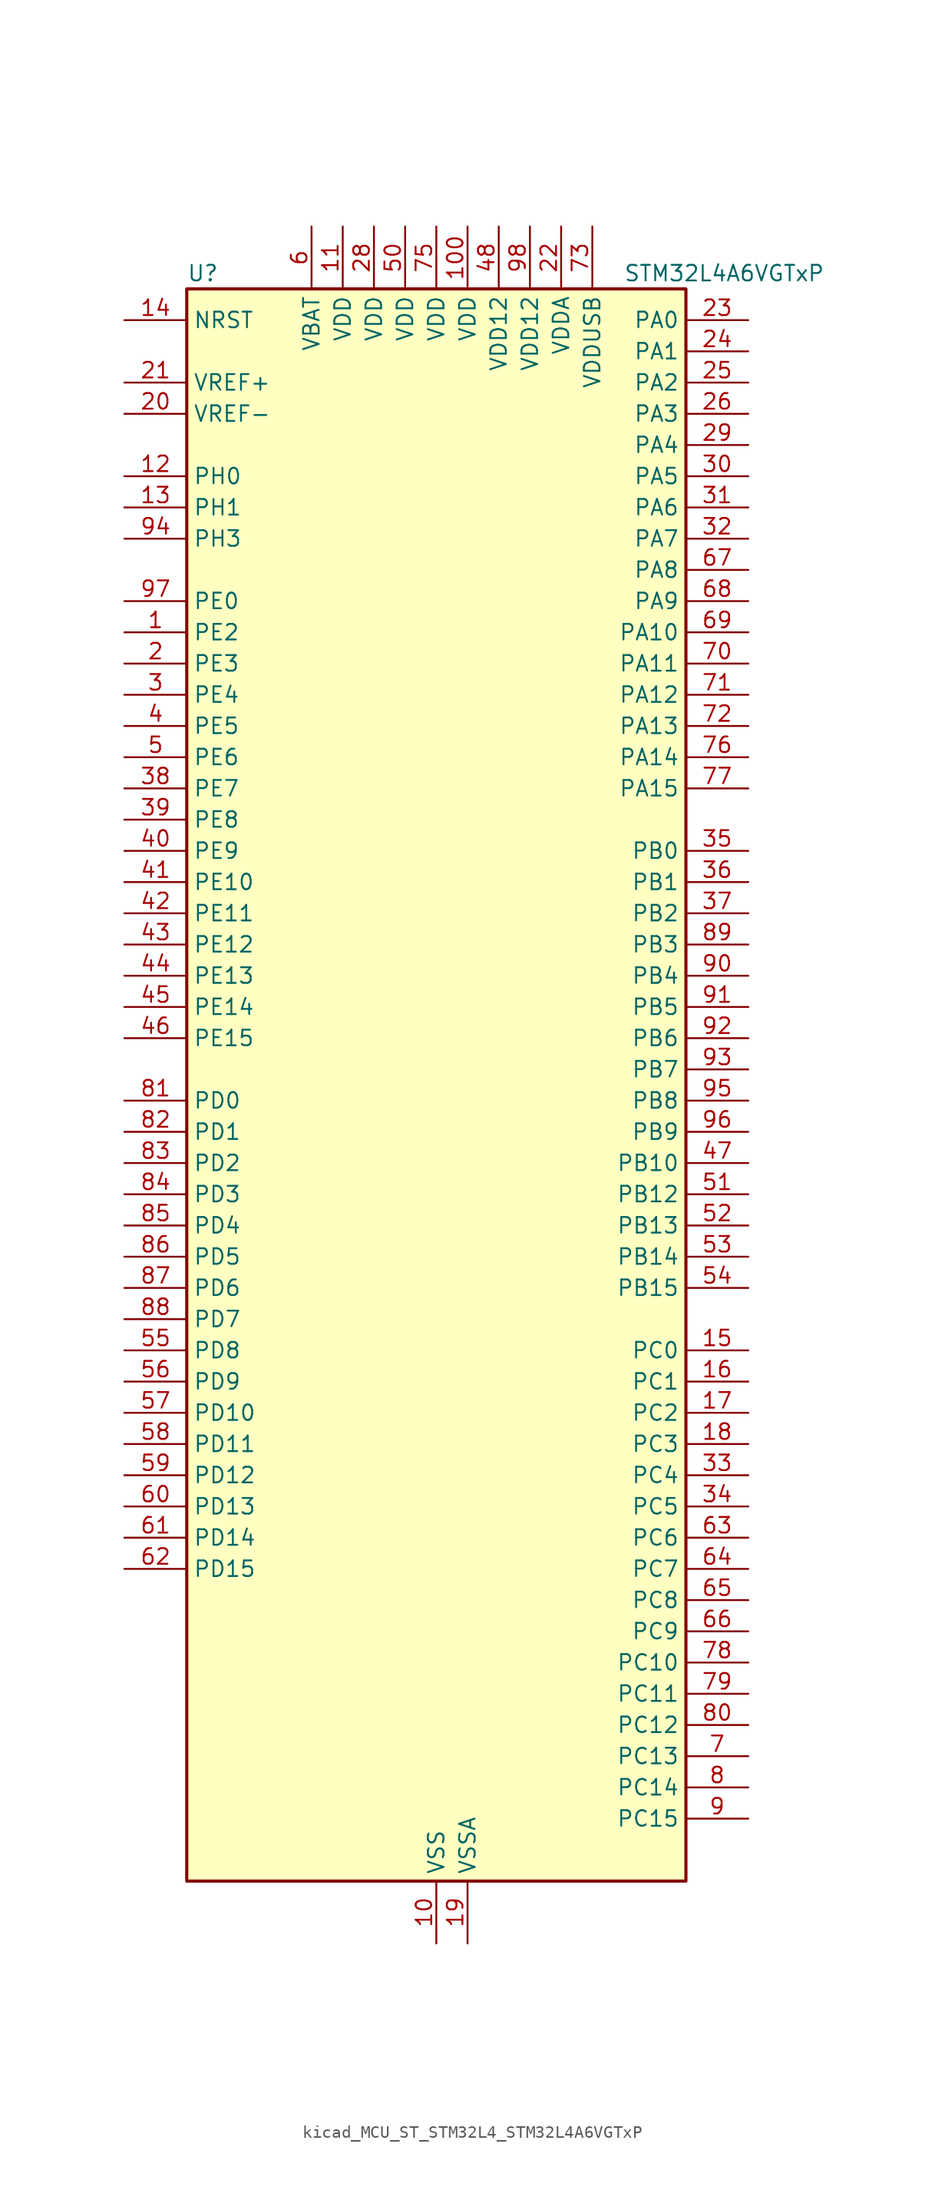
<source format=kicad_sym>
(kicad_symbol_lib
  (version 20220914)
  (generator kicad_symbol_editor)
  (symbol "kicad_MCU_ST_STM32L4_STM32L4A6VGTxP"
    (property "Reference" "U"
      (at -20.32 67.31 0)
      (effects (font (size 1.27 1.27)) (justify left)))
    (property "Value" "STM32L4A6VGTxP"
      (at 15.24 67.31 0)
      (effects (font (size 1.27 1.27)) (justify left)))
    (property "ki_locked" ""
      (at 0 0 0)
      (effects (font (size 1.27 1.27))))
    (symbol "kicad_MCU_ST_STM32L4_STM32L4A6VGTxP_0_1"
      (rectangle (start -20.32 -63.5) (end 20.32 66.04) (stroke (width 0.254) (type default)) (fill (type background))))
    (symbol "kicad_MCU_ST_STM32L4_STM32L4A6VGTxP_1_1"
      (pin bidirectional line (at -25.4 38.1 0) (length 5.08) (name "PE2" (effects (font (size 1.27 1.27)))) (number "1" (effects (font (size 1.27 1.27)))) (alternate "FMC_A23" bidirectional line) (alternate "LCD_SEG38" bidirectional line) (alternate "SAI1_MCLK_A" bidirectional line) (alternate "SYS_TRACECLK" bidirectional line) (alternate "TIM3_ETR" bidirectional line) (alternate "TSC_G7_IO1" bidirectional line))
      (pin power_in line (at 0 -68.58 90) (length 5.08) (name "VSS" (effects (font (size 1.27 1.27)))) (number "10" (effects (font (size 1.27 1.27)))))
      (pin power_in line (at 2.54 71.12 270) (length 5.08) (name "VDD" (effects (font (size 1.27 1.27)))) (number "100" (effects (font (size 1.27 1.27)))))
      (pin power_in line (at -7.62 71.12 270) (length 5.08) (name "VDD" (effects (font (size 1.27 1.27)))) (number "11" (effects (font (size 1.27 1.27)))))
      (pin bidirectional line (at -25.4 50.8 0) (length 5.08) (name "PH0" (effects (font (size 1.27 1.27)))) (number "12" (effects (font (size 1.27 1.27)))) (alternate "RCC_OSC_IN" bidirectional line))
      (pin bidirectional line (at -25.4 48.26 0) (length 5.08) (name "PH1" (effects (font (size 1.27 1.27)))) (number "13" (effects (font (size 1.27 1.27)))) (alternate "RCC_OSC_OUT" bidirectional line))
      (pin input line (at -25.4 63.5 0) (length 5.08) (name "NRST" (effects (font (size 1.27 1.27)))) (number "14" (effects (font (size 1.27 1.27)))))
      (pin bidirectional line (at 25.4 -20.32 180) (length 5.08) (name "PC0" (effects (font (size 1.27 1.27)))) (number "15" (effects (font (size 1.27 1.27)))) (alternate "ADC1_IN1" bidirectional line) (alternate "ADC2_IN1" bidirectional line) (alternate "ADC3_IN1" bidirectional line) (alternate "DFSDM1_DATIN4" bidirectional line) (alternate "I2C3_SCL" bidirectional line) (alternate "I2C4_SCL" bidirectional line) (alternate "LCD_SEG18" bidirectional line) (alternate "LPTIM1_IN1" bidirectional line) (alternate "LPTIM2_IN1" bidirectional line) (alternate "LPUART1_RX" bidirectional line))
      (pin bidirectional line (at 25.4 -22.86 180) (length 5.08) (name "PC1" (effects (font (size 1.27 1.27)))) (number "16" (effects (font (size 1.27 1.27)))) (alternate "ADC1_IN2" bidirectional line) (alternate "ADC2_IN2" bidirectional line) (alternate "ADC3_IN2" bidirectional line) (alternate "DFSDM1_CKIN4" bidirectional line) (alternate "I2C3_SDA" bidirectional line) (alternate "I2C4_SDA" bidirectional line) (alternate "LCD_SEG19" bidirectional line) (alternate "LPTIM1_OUT" bidirectional line) (alternate "LPUART1_TX" bidirectional line) (alternate "QUADSPI_BK2_IO0" bidirectional line) (alternate "SAI1_SD_A" bidirectional line) (alternate "SPI2_MOSI" bidirectional line) (alternate "SYS_TRACED0" bidirectional line))
      (pin bidirectional line (at 25.4 -25.4 180) (length 5.08) (name "PC2" (effects (font (size 1.27 1.27)))) (number "17" (effects (font (size 1.27 1.27)))) (alternate "ADC1_IN3" bidirectional line) (alternate "ADC2_IN3" bidirectional line) (alternate "ADC3_IN3" bidirectional line) (alternate "DFSDM1_CKOUT" bidirectional line) (alternate "LCD_SEG20" bidirectional line) (alternate "LPTIM1_IN2" bidirectional line) (alternate "QUADSPI_BK2_IO1" bidirectional line) (alternate "SPI2_MISO" bidirectional line))
      (pin bidirectional line (at 25.4 -27.94 180) (length 5.08) (name "PC3" (effects (font (size 1.27 1.27)))) (number "18" (effects (font (size 1.27 1.27)))) (alternate "ADC1_IN4" bidirectional line) (alternate "ADC2_IN4" bidirectional line) (alternate "ADC3_IN4" bidirectional line) (alternate "LCD_VLCD" bidirectional line) (alternate "LPTIM1_ETR" bidirectional line) (alternate "LPTIM2_ETR" bidirectional line) (alternate "QUADSPI_BK2_IO2" bidirectional line) (alternate "SAI1_SD_A" bidirectional line) (alternate "SPI2_MOSI" bidirectional line))
      (pin power_in line (at 2.54 -68.58 90) (length 5.08) (name "VSSA" (effects (font (size 1.27 1.27)))) (number "19" (effects (font (size 1.27 1.27)))))
      (pin bidirectional line (at -25.4 35.56 0) (length 5.08) (name "PE3" (effects (font (size 1.27 1.27)))) (number "2" (effects (font (size 1.27 1.27)))) (alternate "FMC_A19" bidirectional line) (alternate "LCD_SEG39" bidirectional line) (alternate "SAI1_SD_B" bidirectional line) (alternate "SYS_TRACED0" bidirectional line) (alternate "TIM3_CH1" bidirectional line) (alternate "TSC_G7_IO2" bidirectional line))
      (pin input line (at -25.4 55.88 0) (length 5.08) (name "VREF-" (effects (font (size 1.27 1.27)))) (number "20" (effects (font (size 1.27 1.27)))))
      (pin input line (at -25.4 58.42 0) (length 5.08) (name "VREF+" (effects (font (size 1.27 1.27)))) (number "21" (effects (font (size 1.27 1.27)))) (alternate "VREFBUF_OUT" bidirectional line))
      (pin power_in line (at 10.16 71.12 270) (length 5.08) (name "VDDA" (effects (font (size 1.27 1.27)))) (number "22" (effects (font (size 1.27 1.27)))))
      (pin bidirectional line (at 25.4 63.5 180) (length 5.08) (name "PA0" (effects (font (size 1.27 1.27)))) (number "23" (effects (font (size 1.27 1.27)))) (alternate "ADC1_IN5" bidirectional line) (alternate "ADC2_IN5" bidirectional line) (alternate "OPAMP1_VINP" bidirectional line) (alternate "RTC_TAMP2" bidirectional line) (alternate "SAI1_EXTCLK" bidirectional line) (alternate "SYS_WKUP1" bidirectional line) (alternate "TIM2_CH1" bidirectional line) (alternate "TIM2_ETR" bidirectional line) (alternate "TIM5_CH1" bidirectional line) (alternate "TIM8_ETR" bidirectional line) (alternate "UART4_TX" bidirectional line) (alternate "USART2_CTS" bidirectional line))
      (pin bidirectional line (at 25.4 60.96 180) (length 5.08) (name "PA1" (effects (font (size 1.27 1.27)))) (number "24" (effects (font (size 1.27 1.27)))) (alternate "ADC1_IN6" bidirectional line) (alternate "ADC2_IN6" bidirectional line) (alternate "I2C1_SMBA" bidirectional line) (alternate "LCD_SEG0" bidirectional line) (alternate "OPAMP1_VINM" bidirectional line) (alternate "SPI1_SCK" bidirectional line) (alternate "TIM15_CH1N" bidirectional line) (alternate "TIM2_CH2" bidirectional line) (alternate "TIM5_CH2" bidirectional line) (alternate "UART4_RX" bidirectional line) (alternate "USART2_DE" bidirectional line) (alternate "USART2_RTS" bidirectional line))
      (pin bidirectional line (at 25.4 58.42 180) (length 5.08) (name "PA2" (effects (font (size 1.27 1.27)))) (number "25" (effects (font (size 1.27 1.27)))) (alternate "ADC1_IN7" bidirectional line) (alternate "ADC2_IN7" bidirectional line) (alternate "LCD_SEG1" bidirectional line) (alternate "LPUART1_TX" bidirectional line) (alternate "QUADSPI_BK1_NCS" bidirectional line) (alternate "RCC_LSCO" bidirectional line) (alternate "SAI2_EXTCLK" bidirectional line) (alternate "SYS_WKUP4" bidirectional line) (alternate "TIM15_CH1" bidirectional line) (alternate "TIM2_CH3" bidirectional line) (alternate "TIM5_CH3" bidirectional line) (alternate "USART2_TX" bidirectional line))
      (pin bidirectional line (at 25.4 55.88 180) (length 5.08) (name "PA3" (effects (font (size 1.27 1.27)))) (number "26" (effects (font (size 1.27 1.27)))) (alternate "ADC1_IN8" bidirectional line) (alternate "ADC2_IN8" bidirectional line) (alternate "LCD_SEG2" bidirectional line) (alternate "LPUART1_RX" bidirectional line) (alternate "OPAMP1_VOUT" bidirectional line) (alternate "QUADSPI_CLK" bidirectional line) (alternate "SAI1_MCLK_A" bidirectional line) (alternate "TIM15_CH2" bidirectional line) (alternate "TIM2_CH4" bidirectional line) (alternate "TIM5_CH4" bidirectional line) (alternate "USART2_RX" bidirectional line))
      (pin passive line (at 0 -68.58 90) (length 5.08) hide (name "VSS" (effects (font (size 1.27 1.27)))) (number "27" (effects (font (size 1.27 1.27)))))
      (pin power_in line (at -5.08 71.12 270) (length 5.08) (name "VDD" (effects (font (size 1.27 1.27)))) (number "28" (effects (font (size 1.27 1.27)))))
      (pin bidirectional line (at 25.4 53.34 180) (length 5.08) (name "PA4" (effects (font (size 1.27 1.27)))) (number "29" (effects (font (size 1.27 1.27)))) (alternate "ADC1_IN9" bidirectional line) (alternate "ADC2_IN9" bidirectional line) (alternate "DAC1_OUT1" bidirectional line) (alternate "DCMI_HSYNC" bidirectional line) (alternate "LPTIM2_OUT" bidirectional line) (alternate "SAI1_FS_B" bidirectional line) (alternate "SPI1_NSS" bidirectional line) (alternate "SPI3_NSS" bidirectional line) (alternate "USART2_CK" bidirectional line))
      (pin bidirectional line (at -25.4 33.02 0) (length 5.08) (name "PE4" (effects (font (size 1.27 1.27)))) (number "3" (effects (font (size 1.27 1.27)))) (alternate "DCMI_D4" bidirectional line) (alternate "DFSDM1_DATIN3" bidirectional line) (alternate "FMC_A20" bidirectional line) (alternate "SAI1_FS_A" bidirectional line) (alternate "SYS_TRACED1" bidirectional line) (alternate "TIM3_CH2" bidirectional line) (alternate "TSC_G7_IO3" bidirectional line))
      (pin bidirectional line (at 25.4 50.8 180) (length 5.08) (name "PA5" (effects (font (size 1.27 1.27)))) (number "30" (effects (font (size 1.27 1.27)))) (alternate "ADC1_IN10" bidirectional line) (alternate "ADC2_IN10" bidirectional line) (alternate "DAC1_OUT2" bidirectional line) (alternate "LPTIM2_ETR" bidirectional line) (alternate "SPI1_SCK" bidirectional line) (alternate "TIM2_CH1" bidirectional line) (alternate "TIM2_ETR" bidirectional line) (alternate "TIM8_CH1N" bidirectional line))
      (pin bidirectional line (at 25.4 48.26 180) (length 5.08) (name "PA6" (effects (font (size 1.27 1.27)))) (number "31" (effects (font (size 1.27 1.27)))) (alternate "ADC1_IN11" bidirectional line) (alternate "ADC2_IN11" bidirectional line) (alternate "DCMI_PIXCLK" bidirectional line) (alternate "LCD_SEG3" bidirectional line) (alternate "LPUART1_CTS" bidirectional line) (alternate "OPAMP2_VINP" bidirectional line) (alternate "QUADSPI_BK1_IO3" bidirectional line) (alternate "SPI1_MISO" bidirectional line) (alternate "TIM16_CH1" bidirectional line) (alternate "TIM1_BKIN" bidirectional line) (alternate "TIM1_BKIN_COMP2" bidirectional line) (alternate "TIM3_CH1" bidirectional line) (alternate "TIM8_BKIN" bidirectional line) (alternate "TIM8_BKIN_COMP2" bidirectional line) (alternate "USART3_CTS" bidirectional line))
      (pin bidirectional line (at 25.4 45.72 180) (length 5.08) (name "PA7" (effects (font (size 1.27 1.27)))) (number "32" (effects (font (size 1.27 1.27)))) (alternate "ADC1_IN12" bidirectional line) (alternate "ADC2_IN12" bidirectional line) (alternate "I2C3_SCL" bidirectional line) (alternate "LCD_SEG4" bidirectional line) (alternate "OPAMP2_VINM" bidirectional line) (alternate "QUADSPI_BK1_IO2" bidirectional line) (alternate "SPI1_MOSI" bidirectional line) (alternate "TIM17_CH1" bidirectional line) (alternate "TIM1_CH1N" bidirectional line) (alternate "TIM3_CH2" bidirectional line) (alternate "TIM8_CH1N" bidirectional line))
      (pin bidirectional line (at 25.4 -30.48 180) (length 5.08) (name "PC4" (effects (font (size 1.27 1.27)))) (number "33" (effects (font (size 1.27 1.27)))) (alternate "ADC1_IN13" bidirectional line) (alternate "ADC2_IN13" bidirectional line) (alternate "COMP1_INM" bidirectional line) (alternate "LCD_SEG22" bidirectional line) (alternate "QUADSPI_BK2_IO3" bidirectional line) (alternate "USART3_TX" bidirectional line))
      (pin bidirectional line (at 25.4 -33.02 180) (length 5.08) (name "PC5" (effects (font (size 1.27 1.27)))) (number "34" (effects (font (size 1.27 1.27)))) (alternate "ADC1_IN14" bidirectional line) (alternate "ADC2_IN14" bidirectional line) (alternate "COMP1_INP" bidirectional line) (alternate "LCD_SEG23" bidirectional line) (alternate "SYS_WKUP5" bidirectional line) (alternate "USART3_RX" bidirectional line))
      (pin bidirectional line (at 25.4 20.32 180) (length 5.08) (name "PB0" (effects (font (size 1.27 1.27)))) (number "35" (effects (font (size 1.27 1.27)))) (alternate "ADC1_IN15" bidirectional line) (alternate "ADC2_IN15" bidirectional line) (alternate "COMP1_OUT" bidirectional line) (alternate "LCD_SEG5" bidirectional line) (alternate "OPAMP2_VOUT" bidirectional line) (alternate "QUADSPI_BK1_IO1" bidirectional line) (alternate "SAI1_EXTCLK" bidirectional line) (alternate "SPI1_NSS" bidirectional line) (alternate "TIM1_CH2N" bidirectional line) (alternate "TIM3_CH3" bidirectional line) (alternate "TIM8_CH2N" bidirectional line) (alternate "USART3_CK" bidirectional line))
      (pin bidirectional line (at 25.4 17.78 180) (length 5.08) (name "PB1" (effects (font (size 1.27 1.27)))) (number "36" (effects (font (size 1.27 1.27)))) (alternate "ADC1_IN16" bidirectional line) (alternate "ADC2_IN16" bidirectional line) (alternate "COMP1_INM" bidirectional line) (alternate "DFSDM1_DATIN0" bidirectional line) (alternate "LCD_SEG6" bidirectional line) (alternate "LPTIM2_IN1" bidirectional line) (alternate "LPUART1_DE" bidirectional line) (alternate "LPUART1_RTS" bidirectional line) (alternate "QUADSPI_BK1_IO0" bidirectional line) (alternate "TIM1_CH3N" bidirectional line) (alternate "TIM3_CH4" bidirectional line) (alternate "TIM8_CH3N" bidirectional line) (alternate "USART3_DE" bidirectional line) (alternate "USART3_RTS" bidirectional line))
      (pin bidirectional line (at 25.4 15.24 180) (length 5.08) (name "PB2" (effects (font (size 1.27 1.27)))) (number "37" (effects (font (size 1.27 1.27)))) (alternate "COMP1_INP" bidirectional line) (alternate "DFSDM1_CKIN0" bidirectional line) (alternate "I2C3_SMBA" bidirectional line) (alternate "LCD_VLCD" bidirectional line) (alternate "LPTIM1_OUT" bidirectional line) (alternate "RTC_OUT_ALARM" bidirectional line) (alternate "RTC_OUT_CALIB" bidirectional line))
      (pin bidirectional line (at -25.4 25.4 0) (length 5.08) (name "PE7" (effects (font (size 1.27 1.27)))) (number "38" (effects (font (size 1.27 1.27)))) (alternate "DFSDM1_DATIN2" bidirectional line) (alternate "FMC_D4" bidirectional line) (alternate "FMC_DA4" bidirectional line) (alternate "SAI1_SD_B" bidirectional line) (alternate "TIM1_ETR" bidirectional line))
      (pin bidirectional line (at -25.4 22.86 0) (length 5.08) (name "PE8" (effects (font (size 1.27 1.27)))) (number "39" (effects (font (size 1.27 1.27)))) (alternate "DFSDM1_CKIN2" bidirectional line) (alternate "FMC_D5" bidirectional line) (alternate "FMC_DA5" bidirectional line) (alternate "SAI1_SCK_B" bidirectional line) (alternate "TIM1_CH1N" bidirectional line))
      (pin bidirectional line (at -25.4 30.48 0) (length 5.08) (name "PE5" (effects (font (size 1.27 1.27)))) (number "4" (effects (font (size 1.27 1.27)))) (alternate "DCMI_D6" bidirectional line) (alternate "DFSDM1_CKIN3" bidirectional line) (alternate "FMC_A21" bidirectional line) (alternate "SAI1_SCK_A" bidirectional line) (alternate "SYS_TRACED2" bidirectional line) (alternate "TIM3_CH3" bidirectional line) (alternate "TSC_G7_IO4" bidirectional line))
      (pin bidirectional line (at -25.4 20.32 0) (length 5.08) (name "PE9" (effects (font (size 1.27 1.27)))) (number "40" (effects (font (size 1.27 1.27)))) (alternate "DAC1_EXTI9" bidirectional line) (alternate "DFSDM1_CKOUT" bidirectional line) (alternate "FMC_D6" bidirectional line) (alternate "FMC_DA6" bidirectional line) (alternate "SAI1_FS_B" bidirectional line) (alternate "TIM1_CH1" bidirectional line))
      (pin bidirectional line (at -25.4 17.78 0) (length 5.08) (name "PE10" (effects (font (size 1.27 1.27)))) (number "41" (effects (font (size 1.27 1.27)))) (alternate "DFSDM1_DATIN4" bidirectional line) (alternate "FMC_D7" bidirectional line) (alternate "FMC_DA7" bidirectional line) (alternate "QUADSPI_CLK" bidirectional line) (alternate "SAI1_MCLK_B" bidirectional line) (alternate "TIM1_CH2N" bidirectional line) (alternate "TSC_G5_IO1" bidirectional line))
      (pin bidirectional line (at -25.4 15.24 0) (length 5.08) (name "PE11" (effects (font (size 1.27 1.27)))) (number "42" (effects (font (size 1.27 1.27)))) (alternate "ADC1_EXTI11" bidirectional line) (alternate "ADC2_EXTI11" bidirectional line) (alternate "ADC3_EXTI11" bidirectional line) (alternate "DFSDM1_CKIN4" bidirectional line) (alternate "FMC_D8" bidirectional line) (alternate "FMC_DA8" bidirectional line) (alternate "QUADSPI_BK1_NCS" bidirectional line) (alternate "TIM1_CH2" bidirectional line) (alternate "TSC_G5_IO2" bidirectional line))
      (pin bidirectional line (at -25.4 12.7 0) (length 5.08) (name "PE12" (effects (font (size 1.27 1.27)))) (number "43" (effects (font (size 1.27 1.27)))) (alternate "DFSDM1_DATIN5" bidirectional line) (alternate "FMC_D9" bidirectional line) (alternate "FMC_DA9" bidirectional line) (alternate "QUADSPI_BK1_IO0" bidirectional line) (alternate "SPI1_NSS" bidirectional line) (alternate "TIM1_CH3N" bidirectional line) (alternate "TSC_G5_IO3" bidirectional line))
      (pin bidirectional line (at -25.4 10.16 0) (length 5.08) (name "PE13" (effects (font (size 1.27 1.27)))) (number "44" (effects (font (size 1.27 1.27)))) (alternate "DFSDM1_CKIN5" bidirectional line) (alternate "FMC_D10" bidirectional line) (alternate "FMC_DA10" bidirectional line) (alternate "QUADSPI_BK1_IO1" bidirectional line) (alternate "SPI1_SCK" bidirectional line) (alternate "TIM1_CH3" bidirectional line) (alternate "TSC_G5_IO4" bidirectional line))
      (pin bidirectional line (at -25.4 7.62 0) (length 5.08) (name "PE14" (effects (font (size 1.27 1.27)))) (number "45" (effects (font (size 1.27 1.27)))) (alternate "FMC_D11" bidirectional line) (alternate "FMC_DA11" bidirectional line) (alternate "QUADSPI_BK1_IO2" bidirectional line) (alternate "SPI1_MISO" bidirectional line) (alternate "TIM1_BKIN2" bidirectional line) (alternate "TIM1_BKIN2_COMP2" bidirectional line) (alternate "TIM1_CH4" bidirectional line))
      (pin bidirectional line (at -25.4 5.08 0) (length 5.08) (name "PE15" (effects (font (size 1.27 1.27)))) (number "46" (effects (font (size 1.27 1.27)))) (alternate "ADC1_EXTI15" bidirectional line) (alternate "ADC2_EXTI15" bidirectional line) (alternate "ADC3_EXTI15" bidirectional line) (alternate "FMC_D12" bidirectional line) (alternate "FMC_DA12" bidirectional line) (alternate "QUADSPI_BK1_IO3" bidirectional line) (alternate "SPI1_MOSI" bidirectional line) (alternate "TIM1_BKIN" bidirectional line) (alternate "TIM1_BKIN_COMP1" bidirectional line))
      (pin bidirectional line (at 25.4 -5.08 180) (length 5.08) (name "PB10" (effects (font (size 1.27 1.27)))) (number "47" (effects (font (size 1.27 1.27)))) (alternate "COMP1_OUT" bidirectional line) (alternate "DFSDM1_DATIN7" bidirectional line) (alternate "I2C2_SCL" bidirectional line) (alternate "I2C4_SCL" bidirectional line) (alternate "LCD_SEG10" bidirectional line) (alternate "LPUART1_RX" bidirectional line) (alternate "QUADSPI_CLK" bidirectional line) (alternate "SAI1_SCK_A" bidirectional line) (alternate "SPI2_SCK" bidirectional line) (alternate "TIM2_CH3" bidirectional line) (alternate "TSC_SYNC" bidirectional line) (alternate "USART3_TX" bidirectional line))
      (pin power_in line (at 5.08 71.12 270) (length 5.08) (name "VDD12" (effects (font (size 1.27 1.27)))) (number "48" (effects (font (size 1.27 1.27)))))
      (pin passive line (at 0 -68.58 90) (length 5.08) hide (name "VSS" (effects (font (size 1.27 1.27)))) (number "49" (effects (font (size 1.27 1.27)))))
      (pin bidirectional line (at -25.4 27.94 0) (length 5.08) (name "PE6" (effects (font (size 1.27 1.27)))) (number "5" (effects (font (size 1.27 1.27)))) (alternate "DCMI_D7" bidirectional line) (alternate "FMC_A22" bidirectional line) (alternate "RTC_TAMP3" bidirectional line) (alternate "SAI1_SD_A" bidirectional line) (alternate "SYS_TRACED3" bidirectional line) (alternate "SYS_WKUP3" bidirectional line) (alternate "TIM3_CH4" bidirectional line))
      (pin power_in line (at -2.54 71.12 270) (length 5.08) (name "VDD" (effects (font (size 1.27 1.27)))) (number "50" (effects (font (size 1.27 1.27)))))
      (pin bidirectional line (at 25.4 -7.62 180) (length 5.08) (name "PB12" (effects (font (size 1.27 1.27)))) (number "51" (effects (font (size 1.27 1.27)))) (alternate "CAN2_RX" bidirectional line) (alternate "DFSDM1_DATIN1" bidirectional line) (alternate "I2C2_SMBA" bidirectional line) (alternate "LCD_SEG12" bidirectional line) (alternate "LPUART1_DE" bidirectional line) (alternate "LPUART1_RTS" bidirectional line) (alternate "SAI2_FS_A" bidirectional line) (alternate "SPI2_NSS" bidirectional line) (alternate "SWPMI1_IO" bidirectional line) (alternate "TIM15_BKIN" bidirectional line) (alternate "TIM1_BKIN" bidirectional line) (alternate "TIM1_BKIN_COMP2" bidirectional line) (alternate "TSC_G1_IO1" bidirectional line) (alternate "USART3_CK" bidirectional line))
      (pin bidirectional line (at 25.4 -10.16 180) (length 5.08) (name "PB13" (effects (font (size 1.27 1.27)))) (number "52" (effects (font (size 1.27 1.27)))) (alternate "CAN2_TX" bidirectional line) (alternate "DFSDM1_CKIN1" bidirectional line) (alternate "I2C2_SCL" bidirectional line) (alternate "LCD_SEG13" bidirectional line) (alternate "LPUART1_CTS" bidirectional line) (alternate "SAI2_SCK_A" bidirectional line) (alternate "SPI2_SCK" bidirectional line) (alternate "SWPMI1_TX" bidirectional line) (alternate "TIM15_CH1N" bidirectional line) (alternate "TIM1_CH1N" bidirectional line) (alternate "TSC_G1_IO2" bidirectional line) (alternate "USART3_CTS" bidirectional line))
      (pin bidirectional line (at 25.4 -12.7 180) (length 5.08) (name "PB14" (effects (font (size 1.27 1.27)))) (number "53" (effects (font (size 1.27 1.27)))) (alternate "DFSDM1_DATIN2" bidirectional line) (alternate "I2C2_SDA" bidirectional line) (alternate "LCD_SEG14" bidirectional line) (alternate "SAI2_MCLK_A" bidirectional line) (alternate "SPI2_MISO" bidirectional line) (alternate "SWPMI1_RX" bidirectional line) (alternate "TIM15_CH1" bidirectional line) (alternate "TIM1_CH2N" bidirectional line) (alternate "TIM8_CH2N" bidirectional line) (alternate "TSC_G1_IO3" bidirectional line) (alternate "USART3_DE" bidirectional line) (alternate "USART3_RTS" bidirectional line))
      (pin bidirectional line (at 25.4 -15.24 180) (length 5.08) (name "PB15" (effects (font (size 1.27 1.27)))) (number "54" (effects (font (size 1.27 1.27)))) (alternate "ADC1_EXTI15" bidirectional line) (alternate "ADC2_EXTI15" bidirectional line) (alternate "ADC3_EXTI15" bidirectional line) (alternate "DFSDM1_CKIN2" bidirectional line) (alternate "LCD_SEG15" bidirectional line) (alternate "RTC_REFIN" bidirectional line) (alternate "SAI2_SD_A" bidirectional line) (alternate "SPI2_MOSI" bidirectional line) (alternate "SWPMI1_SUSPEND" bidirectional line) (alternate "TIM15_CH2" bidirectional line) (alternate "TIM1_CH3N" bidirectional line) (alternate "TIM8_CH3N" bidirectional line) (alternate "TSC_G1_IO4" bidirectional line))
      (pin bidirectional line (at -25.4 -20.32 0) (length 5.08) (name "PD8" (effects (font (size 1.27 1.27)))) (number "55" (effects (font (size 1.27 1.27)))) (alternate "DCMI_HSYNC" bidirectional line) (alternate "FMC_D13" bidirectional line) (alternate "FMC_DA13" bidirectional line) (alternate "LCD_SEG28" bidirectional line) (alternate "USART3_TX" bidirectional line))
      (pin bidirectional line (at -25.4 -22.86 0) (length 5.08) (name "PD9" (effects (font (size 1.27 1.27)))) (number "56" (effects (font (size 1.27 1.27)))) (alternate "DAC1_EXTI9" bidirectional line) (alternate "DCMI_PIXCLK" bidirectional line) (alternate "FMC_D14" bidirectional line) (alternate "FMC_DA14" bidirectional line) (alternate "LCD_SEG29" bidirectional line) (alternate "SAI2_MCLK_A" bidirectional line) (alternate "USART3_RX" bidirectional line))
      (pin bidirectional line (at -25.4 -25.4 0) (length 5.08) (name "PD10" (effects (font (size 1.27 1.27)))) (number "57" (effects (font (size 1.27 1.27)))) (alternate "FMC_D15" bidirectional line) (alternate "FMC_DA15" bidirectional line) (alternate "LCD_SEG30" bidirectional line) (alternate "SAI2_SCK_A" bidirectional line) (alternate "TSC_G6_IO1" bidirectional line) (alternate "USART3_CK" bidirectional line))
      (pin bidirectional line (at -25.4 -27.94 0) (length 5.08) (name "PD11" (effects (font (size 1.27 1.27)))) (number "58" (effects (font (size 1.27 1.27)))) (alternate "ADC1_EXTI11" bidirectional line) (alternate "ADC2_EXTI11" bidirectional line) (alternate "ADC3_EXTI11" bidirectional line) (alternate "FMC_A16" bidirectional line) (alternate "FMC_CLE" bidirectional line) (alternate "I2C4_SMBA" bidirectional line) (alternate "LCD_SEG31" bidirectional line) (alternate "LPTIM2_ETR" bidirectional line) (alternate "SAI2_SD_A" bidirectional line) (alternate "TSC_G6_IO2" bidirectional line) (alternate "USART3_CTS" bidirectional line))
      (pin bidirectional line (at -25.4 -30.48 0) (length 5.08) (name "PD12" (effects (font (size 1.27 1.27)))) (number "59" (effects (font (size 1.27 1.27)))) (alternate "FMC_A17" bidirectional line) (alternate "FMC_ALE" bidirectional line) (alternate "I2C4_SCL" bidirectional line) (alternate "LCD_SEG32" bidirectional line) (alternate "LPTIM2_IN1" bidirectional line) (alternate "SAI2_FS_A" bidirectional line) (alternate "TIM4_CH1" bidirectional line) (alternate "TSC_G6_IO3" bidirectional line) (alternate "USART3_DE" bidirectional line) (alternate "USART3_RTS" bidirectional line))
      (pin power_in line (at -10.16 71.12 270) (length 5.08) (name "VBAT" (effects (font (size 1.27 1.27)))) (number "6" (effects (font (size 1.27 1.27)))))
      (pin bidirectional line (at -25.4 -33.02 0) (length 5.08) (name "PD13" (effects (font (size 1.27 1.27)))) (number "60" (effects (font (size 1.27 1.27)))) (alternate "FMC_A18" bidirectional line) (alternate "I2C4_SDA" bidirectional line) (alternate "LCD_SEG33" bidirectional line) (alternate "LPTIM2_OUT" bidirectional line) (alternate "TIM4_CH2" bidirectional line) (alternate "TSC_G6_IO4" bidirectional line))
      (pin bidirectional line (at -25.4 -35.56 0) (length 5.08) (name "PD14" (effects (font (size 1.27 1.27)))) (number "61" (effects (font (size 1.27 1.27)))) (alternate "FMC_D0" bidirectional line) (alternate "FMC_DA0" bidirectional line) (alternate "LCD_SEG34" bidirectional line) (alternate "TIM4_CH3" bidirectional line))
      (pin bidirectional line (at -25.4 -38.1 0) (length 5.08) (name "PD15" (effects (font (size 1.27 1.27)))) (number "62" (effects (font (size 1.27 1.27)))) (alternate "ADC1_EXTI15" bidirectional line) (alternate "ADC2_EXTI15" bidirectional line) (alternate "ADC3_EXTI15" bidirectional line) (alternate "FMC_D1" bidirectional line) (alternate "FMC_DA1" bidirectional line) (alternate "LCD_SEG35" bidirectional line) (alternate "TIM4_CH4" bidirectional line))
      (pin bidirectional line (at 25.4 -35.56 180) (length 5.08) (name "PC6" (effects (font (size 1.27 1.27)))) (number "63" (effects (font (size 1.27 1.27)))) (alternate "DCMI_D0" bidirectional line) (alternate "DFSDM1_CKIN3" bidirectional line) (alternate "LCD_SEG24" bidirectional line) (alternate "SAI2_MCLK_A" bidirectional line) (alternate "SDMMC1_D6" bidirectional line) (alternate "TIM3_CH1" bidirectional line) (alternate "TIM8_CH1" bidirectional line) (alternate "TSC_G4_IO1" bidirectional line))
      (pin bidirectional line (at 25.4 -38.1 180) (length 5.08) (name "PC7" (effects (font (size 1.27 1.27)))) (number "64" (effects (font (size 1.27 1.27)))) (alternate "DCMI_D1" bidirectional line) (alternate "DFSDM1_DATIN3" bidirectional line) (alternate "LCD_SEG25" bidirectional line) (alternate "SAI2_MCLK_B" bidirectional line) (alternate "SDMMC1_D7" bidirectional line) (alternate "TIM3_CH2" bidirectional line) (alternate "TIM8_CH2" bidirectional line) (alternate "TSC_G4_IO2" bidirectional line))
      (pin bidirectional line (at 25.4 -40.64 180) (length 5.08) (name "PC8" (effects (font (size 1.27 1.27)))) (number "65" (effects (font (size 1.27 1.27)))) (alternate "DCMI_D2" bidirectional line) (alternate "LCD_SEG26" bidirectional line) (alternate "SDMMC1_D0" bidirectional line) (alternate "TIM3_CH3" bidirectional line) (alternate "TIM8_CH3" bidirectional line) (alternate "TSC_G4_IO3" bidirectional line))
      (pin bidirectional line (at 25.4 -43.18 180) (length 5.08) (name "PC9" (effects (font (size 1.27 1.27)))) (number "66" (effects (font (size 1.27 1.27)))) (alternate "DAC1_EXTI9" bidirectional line) (alternate "DCMI_D3" bidirectional line) (alternate "I2C3_SDA" bidirectional line) (alternate "LCD_SEG27" bidirectional line) (alternate "SAI2_EXTCLK" bidirectional line) (alternate "SDMMC1_D1" bidirectional line) (alternate "TIM3_CH4" bidirectional line) (alternate "TIM8_BKIN2" bidirectional line) (alternate "TIM8_BKIN2_COMP1" bidirectional line) (alternate "TIM8_CH4" bidirectional line) (alternate "TSC_G4_IO4" bidirectional line) (alternate "USB_OTG_FS_NOE" bidirectional line))
      (pin bidirectional line (at 25.4 43.18 180) (length 5.08) (name "PA8" (effects (font (size 1.27 1.27)))) (number "67" (effects (font (size 1.27 1.27)))) (alternate "LCD_COM0" bidirectional line) (alternate "LPTIM2_OUT" bidirectional line) (alternate "RCC_MCO" bidirectional line) (alternate "SAI1_SCK_A" bidirectional line) (alternate "SWPMI1_IO" bidirectional line) (alternate "TIM1_CH1" bidirectional line) (alternate "USART1_CK" bidirectional line) (alternate "USB_OTG_FS_SOF" bidirectional line))
      (pin bidirectional line (at 25.4 40.64 180) (length 5.08) (name "PA9" (effects (font (size 1.27 1.27)))) (number "68" (effects (font (size 1.27 1.27)))) (alternate "DAC1_EXTI9" bidirectional line) (alternate "DCMI_D0" bidirectional line) (alternate "LCD_COM1" bidirectional line) (alternate "SAI1_FS_A" bidirectional line) (alternate "SPI2_SCK" bidirectional line) (alternate "TIM15_BKIN" bidirectional line) (alternate "TIM1_CH2" bidirectional line) (alternate "USART1_TX" bidirectional line) (alternate "USB_OTG_FS_VBUS" bidirectional line))
      (pin bidirectional line (at 25.4 38.1 180) (length 5.08) (name "PA10" (effects (font (size 1.27 1.27)))) (number "69" (effects (font (size 1.27 1.27)))) (alternate "DCMI_D1" bidirectional line) (alternate "LCD_COM2" bidirectional line) (alternate "SAI1_SD_A" bidirectional line) (alternate "TIM17_BKIN" bidirectional line) (alternate "TIM1_CH3" bidirectional line) (alternate "USART1_RX" bidirectional line) (alternate "USB_OTG_FS_ID" bidirectional line))
      (pin bidirectional line (at 25.4 -53.34 180) (length 5.08) (name "PC13" (effects (font (size 1.27 1.27)))) (number "7" (effects (font (size 1.27 1.27)))) (alternate "RTC_OUT_ALARM" bidirectional line) (alternate "RTC_OUT_CALIB" bidirectional line) (alternate "RTC_TAMP1" bidirectional line) (alternate "RTC_TS" bidirectional line) (alternate "SYS_WKUP2" bidirectional line))
      (pin bidirectional line (at 25.4 35.56 180) (length 5.08) (name "PA11" (effects (font (size 1.27 1.27)))) (number "70" (effects (font (size 1.27 1.27)))) (alternate "ADC1_EXTI11" bidirectional line) (alternate "ADC2_EXTI11" bidirectional line) (alternate "ADC3_EXTI11" bidirectional line) (alternate "CAN1_RX" bidirectional line) (alternate "SPI1_MISO" bidirectional line) (alternate "TIM1_BKIN2" bidirectional line) (alternate "TIM1_BKIN2_COMP1" bidirectional line) (alternate "TIM1_CH4" bidirectional line) (alternate "USART1_CTS" bidirectional line) (alternate "USB_OTG_FS_DM" bidirectional line))
      (pin bidirectional line (at 25.4 33.02 180) (length 5.08) (name "PA12" (effects (font (size 1.27 1.27)))) (number "71" (effects (font (size 1.27 1.27)))) (alternate "CAN1_TX" bidirectional line) (alternate "SPI1_MOSI" bidirectional line) (alternate "TIM1_ETR" bidirectional line) (alternate "USART1_DE" bidirectional line) (alternate "USART1_RTS" bidirectional line) (alternate "USB_OTG_FS_DP" bidirectional line))
      (pin bidirectional line (at 25.4 30.48 180) (length 5.08) (name "PA13" (effects (font (size 1.27 1.27)))) (number "72" (effects (font (size 1.27 1.27)))) (alternate "IR_OUT" bidirectional line) (alternate "SAI1_SD_B" bidirectional line) (alternate "SWPMI1_TX" bidirectional line) (alternate "SYS_JTMS-SWDIO" bidirectional line) (alternate "USB_OTG_FS_NOE" bidirectional line))
      (pin power_in line (at 12.7 71.12 270) (length 5.08) (name "VDDUSB" (effects (font (size 1.27 1.27)))) (number "73" (effects (font (size 1.27 1.27)))))
      (pin passive line (at 0 -68.58 90) (length 5.08) hide (name "VSS" (effects (font (size 1.27 1.27)))) (number "74" (effects (font (size 1.27 1.27)))))
      (pin power_in line (at 0 71.12 270) (length 5.08) (name "VDD" (effects (font (size 1.27 1.27)))) (number "75" (effects (font (size 1.27 1.27)))))
      (pin bidirectional line (at 25.4 27.94 180) (length 5.08) (name "PA14" (effects (font (size 1.27 1.27)))) (number "76" (effects (font (size 1.27 1.27)))) (alternate "I2C1_SMBA" bidirectional line) (alternate "I2C4_SMBA" bidirectional line) (alternate "LPTIM1_OUT" bidirectional line) (alternate "SAI1_FS_B" bidirectional line) (alternate "SWPMI1_RX" bidirectional line) (alternate "SYS_JTCK-SWCLK" bidirectional line) (alternate "USB_OTG_FS_SOF" bidirectional line))
      (pin bidirectional line (at 25.4 25.4 180) (length 5.08) (name "PA15" (effects (font (size 1.27 1.27)))) (number "77" (effects (font (size 1.27 1.27)))) (alternate "ADC1_EXTI15" bidirectional line) (alternate "ADC2_EXTI15" bidirectional line) (alternate "ADC3_EXTI15" bidirectional line) (alternate "LCD_SEG17" bidirectional line) (alternate "SAI2_FS_B" bidirectional line) (alternate "SPI1_NSS" bidirectional line) (alternate "SPI3_NSS" bidirectional line) (alternate "SWPMI1_SUSPEND" bidirectional line) (alternate "SYS_JTDI" bidirectional line) (alternate "TIM2_CH1" bidirectional line) (alternate "TIM2_ETR" bidirectional line) (alternate "TSC_G3_IO1" bidirectional line) (alternate "UART4_DE" bidirectional line) (alternate "UART4_RTS" bidirectional line) (alternate "USART2_RX" bidirectional line) (alternate "USART3_DE" bidirectional line) (alternate "USART3_RTS" bidirectional line))
      (pin bidirectional line (at 25.4 -45.72 180) (length 5.08) (name "PC10" (effects (font (size 1.27 1.27)))) (number "78" (effects (font (size 1.27 1.27)))) (alternate "DCMI_D8" bidirectional line) (alternate "LCD_COM4" bidirectional line) (alternate "LCD_SEG28" bidirectional line) (alternate "LCD_SEG40" bidirectional line) (alternate "SAI2_SCK_B" bidirectional line) (alternate "SDMMC1_D2" bidirectional line) (alternate "SPI3_SCK" bidirectional line) (alternate "SYS_TRACED1" bidirectional line) (alternate "TSC_G3_IO2" bidirectional line) (alternate "UART4_TX" bidirectional line) (alternate "USART3_TX" bidirectional line))
      (pin bidirectional line (at 25.4 -48.26 180) (length 5.08) (name "PC11" (effects (font (size 1.27 1.27)))) (number "79" (effects (font (size 1.27 1.27)))) (alternate "ADC1_EXTI11" bidirectional line) (alternate "ADC2_EXTI11" bidirectional line) (alternate "ADC3_EXTI11" bidirectional line) (alternate "DCMI_D4" bidirectional line) (alternate "LCD_COM5" bidirectional line) (alternate "LCD_SEG29" bidirectional line) (alternate "LCD_SEG41" bidirectional line) (alternate "QUADSPI_BK2_NCS" bidirectional line) (alternate "SAI2_MCLK_B" bidirectional line) (alternate "SDMMC1_D3" bidirectional line) (alternate "SPI3_MISO" bidirectional line) (alternate "TSC_G3_IO3" bidirectional line) (alternate "UART4_RX" bidirectional line) (alternate "USART3_RX" bidirectional line))
      (pin bidirectional line (at 25.4 -55.88 180) (length 5.08) (name "PC14" (effects (font (size 1.27 1.27)))) (number "8" (effects (font (size 1.27 1.27)))) (alternate "RCC_OSC32_IN" bidirectional line))
      (pin bidirectional line (at 25.4 -50.8 180) (length 5.08) (name "PC12" (effects (font (size 1.27 1.27)))) (number "80" (effects (font (size 1.27 1.27)))) (alternate "DCMI_D9" bidirectional line) (alternate "LCD_COM6" bidirectional line) (alternate "LCD_SEG30" bidirectional line) (alternate "LCD_SEG42" bidirectional line) (alternate "SAI2_SD_B" bidirectional line) (alternate "SDMMC1_CK" bidirectional line) (alternate "SPI3_MOSI" bidirectional line) (alternate "SYS_TRACED3" bidirectional line) (alternate "TSC_G3_IO4" bidirectional line) (alternate "UART5_TX" bidirectional line) (alternate "USART3_CK" bidirectional line))
      (pin bidirectional line (at -25.4 0 0) (length 5.08) (name "PD0" (effects (font (size 1.27 1.27)))) (number "81" (effects (font (size 1.27 1.27)))) (alternate "CAN1_RX" bidirectional line) (alternate "DFSDM1_DATIN7" bidirectional line) (alternate "FMC_D2" bidirectional line) (alternate "FMC_DA2" bidirectional line) (alternate "SPI2_NSS" bidirectional line))
      (pin bidirectional line (at -25.4 -2.54 0) (length 5.08) (name "PD1" (effects (font (size 1.27 1.27)))) (number "82" (effects (font (size 1.27 1.27)))) (alternate "CAN1_TX" bidirectional line) (alternate "DFSDM1_CKIN7" bidirectional line) (alternate "FMC_D3" bidirectional line) (alternate "FMC_DA3" bidirectional line) (alternate "SPI2_SCK" bidirectional line))
      (pin bidirectional line (at -25.4 -5.08 0) (length 5.08) (name "PD2" (effects (font (size 1.27 1.27)))) (number "83" (effects (font (size 1.27 1.27)))) (alternate "DCMI_D11" bidirectional line) (alternate "LCD_COM7" bidirectional line) (alternate "LCD_SEG31" bidirectional line) (alternate "LCD_SEG43" bidirectional line) (alternate "SDMMC1_CMD" bidirectional line) (alternate "SYS_TRACED2" bidirectional line) (alternate "TIM3_ETR" bidirectional line) (alternate "TSC_SYNC" bidirectional line) (alternate "UART5_RX" bidirectional line) (alternate "USART3_DE" bidirectional line) (alternate "USART3_RTS" bidirectional line))
      (pin bidirectional line (at -25.4 -7.62 0) (length 5.08) (name "PD3" (effects (font (size 1.27 1.27)))) (number "84" (effects (font (size 1.27 1.27)))) (alternate "DCMI_D5" bidirectional line) (alternate "DFSDM1_DATIN0" bidirectional line) (alternate "FMC_CLK" bidirectional line) (alternate "QUADSPI_BK2_NCS" bidirectional line) (alternate "SPI2_MISO" bidirectional line) (alternate "SPI2_SCK" bidirectional line) (alternate "USART2_CTS" bidirectional line))
      (pin bidirectional line (at -25.4 -10.16 0) (length 5.08) (name "PD4" (effects (font (size 1.27 1.27)))) (number "85" (effects (font (size 1.27 1.27)))) (alternate "DFSDM1_CKIN0" bidirectional line) (alternate "FMC_NOE" bidirectional line) (alternate "QUADSPI_BK2_IO0" bidirectional line) (alternate "SPI2_MOSI" bidirectional line) (alternate "USART2_DE" bidirectional line) (alternate "USART2_RTS" bidirectional line))
      (pin bidirectional line (at -25.4 -12.7 0) (length 5.08) (name "PD5" (effects (font (size 1.27 1.27)))) (number "86" (effects (font (size 1.27 1.27)))) (alternate "FMC_NWE" bidirectional line) (alternate "QUADSPI_BK2_IO1" bidirectional line) (alternate "USART2_TX" bidirectional line))
      (pin bidirectional line (at -25.4 -15.24 0) (length 5.08) (name "PD6" (effects (font (size 1.27 1.27)))) (number "87" (effects (font (size 1.27 1.27)))) (alternate "DCMI_D10" bidirectional line) (alternate "DFSDM1_DATIN1" bidirectional line) (alternate "FMC_NWAIT" bidirectional line) (alternate "QUADSPI_BK2_IO1" bidirectional line) (alternate "QUADSPI_BK2_IO2" bidirectional line) (alternate "SAI1_SD_A" bidirectional line) (alternate "USART2_RX" bidirectional line))
      (pin bidirectional line (at -25.4 -17.78 0) (length 5.08) (name "PD7" (effects (font (size 1.27 1.27)))) (number "88" (effects (font (size 1.27 1.27)))) (alternate "DFSDM1_CKIN1" bidirectional line) (alternate "FMC_NE1" bidirectional line) (alternate "QUADSPI_BK2_IO3" bidirectional line) (alternate "USART2_CK" bidirectional line))
      (pin bidirectional line (at 25.4 12.7 180) (length 5.08) (name "PB3" (effects (font (size 1.27 1.27)))) (number "89" (effects (font (size 1.27 1.27)))) (alternate "COMP2_INM" bidirectional line) (alternate "CRS_SYNC" bidirectional line) (alternate "LCD_SEG7" bidirectional line) (alternate "SAI1_SCK_B" bidirectional line) (alternate "SPI1_SCK" bidirectional line) (alternate "SPI3_SCK" bidirectional line) (alternate "SYS_JTDO-SWO" bidirectional line) (alternate "TIM2_CH2" bidirectional line) (alternate "USART1_DE" bidirectional line) (alternate "USART1_RTS" bidirectional line))
      (pin bidirectional line (at 25.4 -58.42 180) (length 5.08) (name "PC15" (effects (font (size 1.27 1.27)))) (number "9" (effects (font (size 1.27 1.27)))) (alternate "ADC1_EXTI15" bidirectional line) (alternate "ADC2_EXTI15" bidirectional line) (alternate "ADC3_EXTI15" bidirectional line) (alternate "RCC_OSC32_OUT" bidirectional line))
      (pin bidirectional line (at 25.4 10.16 180) (length 5.08) (name "PB4" (effects (font (size 1.27 1.27)))) (number "90" (effects (font (size 1.27 1.27)))) (alternate "COMP2_INP" bidirectional line) (alternate "DCMI_D12" bidirectional line) (alternate "I2C3_SDA" bidirectional line) (alternate "LCD_SEG8" bidirectional line) (alternate "SAI1_MCLK_B" bidirectional line) (alternate "SPI1_MISO" bidirectional line) (alternate "SPI3_MISO" bidirectional line) (alternate "SYS_JTRST" bidirectional line) (alternate "TIM17_BKIN" bidirectional line) (alternate "TIM3_CH1" bidirectional line) (alternate "TSC_G2_IO1" bidirectional line) (alternate "UART5_DE" bidirectional line) (alternate "UART5_RTS" bidirectional line) (alternate "USART1_CTS" bidirectional line))
      (pin bidirectional line (at 25.4 7.62 180) (length 5.08) (name "PB5" (effects (font (size 1.27 1.27)))) (number "91" (effects (font (size 1.27 1.27)))) (alternate "CAN2_RX" bidirectional line) (alternate "COMP2_OUT" bidirectional line) (alternate "DCMI_D10" bidirectional line) (alternate "I2C1_SMBA" bidirectional line) (alternate "LCD_SEG9" bidirectional line) (alternate "LPTIM1_IN1" bidirectional line) (alternate "SAI1_SD_B" bidirectional line) (alternate "SPI1_MOSI" bidirectional line) (alternate "SPI3_MOSI" bidirectional line) (alternate "TIM16_BKIN" bidirectional line) (alternate "TIM3_CH2" bidirectional line) (alternate "TSC_G2_IO2" bidirectional line) (alternate "UART5_CTS" bidirectional line) (alternate "USART1_CK" bidirectional line))
      (pin bidirectional line (at 25.4 5.08 180) (length 5.08) (name "PB6" (effects (font (size 1.27 1.27)))) (number "92" (effects (font (size 1.27 1.27)))) (alternate "CAN2_TX" bidirectional line) (alternate "COMP2_INP" bidirectional line) (alternate "DCMI_D5" bidirectional line) (alternate "DFSDM1_DATIN5" bidirectional line) (alternate "I2C1_SCL" bidirectional line) (alternate "I2C4_SCL" bidirectional line) (alternate "LPTIM1_ETR" bidirectional line) (alternate "SAI1_FS_B" bidirectional line) (alternate "TIM16_CH1N" bidirectional line) (alternate "TIM4_CH1" bidirectional line) (alternate "TIM8_BKIN2" bidirectional line) (alternate "TIM8_BKIN2_COMP2" bidirectional line) (alternate "TSC_G2_IO3" bidirectional line) (alternate "USART1_TX" bidirectional line))
      (pin bidirectional line (at 25.4 2.54 180) (length 5.08) (name "PB7" (effects (font (size 1.27 1.27)))) (number "93" (effects (font (size 1.27 1.27)))) (alternate "COMP2_INM" bidirectional line) (alternate "DCMI_VSYNC" bidirectional line) (alternate "DFSDM1_CKIN5" bidirectional line) (alternate "FMC_NL" bidirectional line) (alternate "I2C1_SDA" bidirectional line) (alternate "I2C4_SDA" bidirectional line) (alternate "LCD_SEG21" bidirectional line) (alternate "LPTIM1_IN2" bidirectional line) (alternate "SYS_PVD_IN" bidirectional line) (alternate "TIM17_CH1N" bidirectional line) (alternate "TIM4_CH2" bidirectional line) (alternate "TIM8_BKIN" bidirectional line) (alternate "TIM8_BKIN_COMP1" bidirectional line) (alternate "TSC_G2_IO4" bidirectional line) (alternate "UART4_CTS" bidirectional line) (alternate "USART1_RX" bidirectional line))
      (pin bidirectional line (at -25.4 45.72 0) (length 5.08) (name "PH3" (effects (font (size 1.27 1.27)))) (number "94" (effects (font (size 1.27 1.27)))))
      (pin bidirectional line (at 25.4 0 180) (length 5.08) (name "PB8" (effects (font (size 1.27 1.27)))) (number "95" (effects (font (size 1.27 1.27)))) (alternate "CAN1_RX" bidirectional line) (alternate "DCMI_D6" bidirectional line) (alternate "DFSDM1_DATIN6" bidirectional line) (alternate "I2C1_SCL" bidirectional line) (alternate "LCD_SEG16" bidirectional line) (alternate "SAI1_MCLK_A" bidirectional line) (alternate "SDMMC1_D4" bidirectional line) (alternate "TIM16_CH1" bidirectional line) (alternate "TIM4_CH3" bidirectional line))
      (pin bidirectional line (at 25.4 -2.54 180) (length 5.08) (name "PB9" (effects (font (size 1.27 1.27)))) (number "96" (effects (font (size 1.27 1.27)))) (alternate "CAN1_TX" bidirectional line) (alternate "DAC1_EXTI9" bidirectional line) (alternate "DCMI_D7" bidirectional line) (alternate "DFSDM1_CKIN6" bidirectional line) (alternate "I2C1_SDA" bidirectional line) (alternate "IR_OUT" bidirectional line) (alternate "LCD_COM3" bidirectional line) (alternate "SAI1_FS_A" bidirectional line) (alternate "SDMMC1_D5" bidirectional line) (alternate "SPI2_NSS" bidirectional line) (alternate "TIM17_CH1" bidirectional line) (alternate "TIM4_CH4" bidirectional line))
      (pin bidirectional line (at -25.4 40.64 0) (length 5.08) (name "PE0" (effects (font (size 1.27 1.27)))) (number "97" (effects (font (size 1.27 1.27)))) (alternate "DCMI_D2" bidirectional line) (alternate "FMC_NBL0" bidirectional line) (alternate "LCD_SEG36" bidirectional line) (alternate "TIM16_CH1" bidirectional line) (alternate "TIM4_ETR" bidirectional line))
      (pin power_in line (at 7.62 71.12 270) (length 5.08) (name "VDD12" (effects (font (size 1.27 1.27)))) (number "98" (effects (font (size 1.27 1.27)))))
      (pin passive line (at 0 -68.58 90) (length 5.08) hide (name "VSS" (effects (font (size 1.27 1.27)))) (number "99" (effects (font (size 1.27 1.27))))))))
</source>
